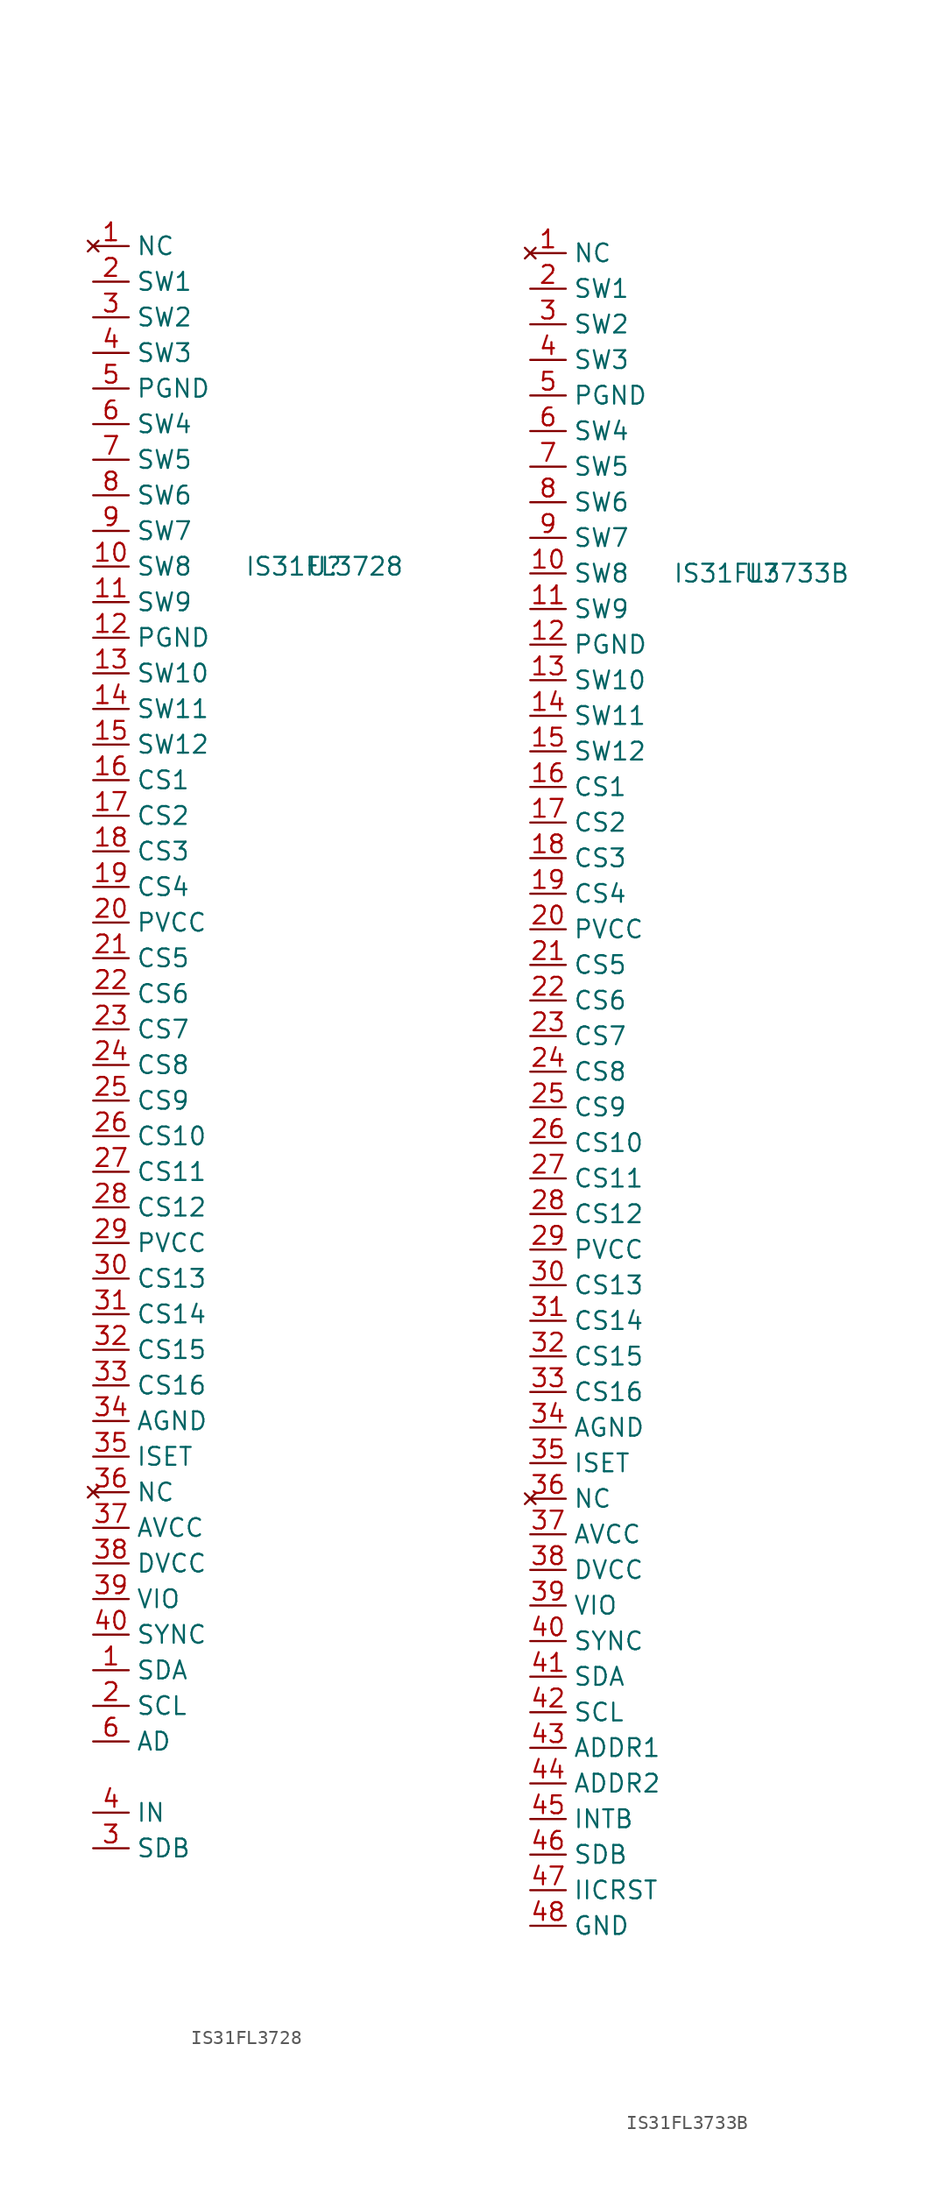
<source format=kicad_sym>
(kicad_symbol_lib
  (version 20210619)
  (generator kicad_symbol_editor)
  (symbol "JBC_Lumissil:IS31FL3728"
    (property "Reference" "U"
      (at 0 0 0)
      (effects (font (size 1.27 1.27))))
    (property "Value" "IS31FL3728"
      (at 0 0 0)
      (effects (font (size 1.27 1.27))))
    (symbol "IS31FL3728_1_1"
      (pin no_connect line (at -16.51 22.86 0) (length 2.54) (name "NC" (effects (font (size 1.27 1.27)))) (number "1" (effects (font (size 1.27 1.27)))))
      (pin input line (at -16.51 -78.74 0) (length 2.54) (name "SDA" (effects (font (size 1.27 1.27)))) (number "1" (effects (font (size 1.27 1.27)))))
      (pin output line (at -16.51 0 0) (length 2.54) (name "SW8" (effects (font (size 1.27 1.27)))) (number "10" (effects (font (size 1.27 1.27)))))
      (pin output line (at -16.51 -2.54 0) (length 2.54) (name "SW9" (effects (font (size 1.27 1.27)))) (number "11" (effects (font (size 1.27 1.27)))))
      (pin power_in line (at -16.51 -5.08 0) (length 2.54) (name "PGND" (effects (font (size 1.27 1.27)))) (number "12" (effects (font (size 1.27 1.27)))))
      (pin output line (at -16.51 -7.62 0) (length 2.54) (name "SW10" (effects (font (size 1.27 1.27)))) (number "13" (effects (font (size 1.27 1.27)))))
      (pin output line (at -16.51 -10.16 0) (length 2.54) (name "SW11" (effects (font (size 1.27 1.27)))) (number "14" (effects (font (size 1.27 1.27)))))
      (pin output line (at -16.51 -12.7 0) (length 2.54) (name "SW12" (effects (font (size 1.27 1.27)))) (number "15" (effects (font (size 1.27 1.27)))))
      (pin output line (at -16.51 -15.24 0) (length 2.54) (name "CS1" (effects (font (size 1.27 1.27)))) (number "16" (effects (font (size 1.27 1.27)))))
      (pin output line (at -16.51 -17.78 0) (length 2.54) (name "CS2" (effects (font (size 1.27 1.27)))) (number "17" (effects (font (size 1.27 1.27)))))
      (pin output line (at -16.51 -20.32 0) (length 2.54) (name "CS3" (effects (font (size 1.27 1.27)))) (number "18" (effects (font (size 1.27 1.27)))))
      (pin output line (at -16.51 -22.86 0) (length 2.54) (name "CS4" (effects (font (size 1.27 1.27)))) (number "19" (effects (font (size 1.27 1.27)))))
      (pin input line (at -16.51 -81.28 0) (length 2.54) (name "SCL" (effects (font (size 1.27 1.27)))) (number "2" (effects (font (size 1.27 1.27)))))
      (pin output line (at -16.51 20.32 0) (length 2.54) (name "SW1" (effects (font (size 1.27 1.27)))) (number "2" (effects (font (size 1.27 1.27)))))
      (pin power_in line (at -16.51 -25.4 0) (length 2.54) (name "PVCC" (effects (font (size 1.27 1.27)))) (number "20" (effects (font (size 1.27 1.27)))))
      (pin output line (at -16.51 -27.94 0) (length 2.54) (name "CS5" (effects (font (size 1.27 1.27)))) (number "21" (effects (font (size 1.27 1.27)))))
      (pin output line (at -16.51 -30.48 0) (length 2.54) (name "CS6" (effects (font (size 1.27 1.27)))) (number "22" (effects (font (size 1.27 1.27)))))
      (pin output line (at -16.51 -33.02 0) (length 2.54) (name "CS7" (effects (font (size 1.27 1.27)))) (number "23" (effects (font (size 1.27 1.27)))))
      (pin output line (at -16.51 -35.56 0) (length 2.54) (name "CS8" (effects (font (size 1.27 1.27)))) (number "24" (effects (font (size 1.27 1.27)))))
      (pin output line (at -16.51 -38.1 0) (length 2.54) (name "CS9" (effects (font (size 1.27 1.27)))) (number "25" (effects (font (size 1.27 1.27)))))
      (pin output line (at -16.51 -40.64 0) (length 2.54) (name "CS10" (effects (font (size 1.27 1.27)))) (number "26" (effects (font (size 1.27 1.27)))))
      (pin output line (at -16.51 -43.18 0) (length 2.54) (name "CS11" (effects (font (size 1.27 1.27)))) (number "27" (effects (font (size 1.27 1.27)))))
      (pin output line (at -16.51 -45.72 0) (length 2.54) (name "CS12" (effects (font (size 1.27 1.27)))) (number "28" (effects (font (size 1.27 1.27)))))
      (pin power_in line (at -16.51 -48.26 0) (length 2.54) (name "PVCC" (effects (font (size 1.27 1.27)))) (number "29" (effects (font (size 1.27 1.27)))))
      (pin input line (at -16.51 -91.44 0) (length 2.54) (name "SDB" (effects (font (size 1.27 1.27)))) (number "3" (effects (font (size 1.27 1.27)))))
      (pin output line (at -16.51 17.78 0) (length 2.54) (name "SW2" (effects (font (size 1.27 1.27)))) (number "3" (effects (font (size 1.27 1.27)))))
      (pin output line (at -16.51 -50.8 0) (length 2.54) (name "CS13" (effects (font (size 1.27 1.27)))) (number "30" (effects (font (size 1.27 1.27)))))
      (pin output line (at -16.51 -53.34 0) (length 2.54) (name "CS14" (effects (font (size 1.27 1.27)))) (number "31" (effects (font (size 1.27 1.27)))))
      (pin output line (at -16.51 -55.88 0) (length 2.54) (name "CS15" (effects (font (size 1.27 1.27)))) (number "32" (effects (font (size 1.27 1.27)))))
      (pin output line (at -16.51 -58.42 0) (length 2.54) (name "CS16" (effects (font (size 1.27 1.27)))) (number "33" (effects (font (size 1.27 1.27)))))
      (pin power_in line (at -16.51 -60.96 0) (length 2.54) (name "AGND" (effects (font (size 1.27 1.27)))) (number "34" (effects (font (size 1.27 1.27)))))
      (pin input line (at -16.51 -63.5 0) (length 2.54) (name "ISET" (effects (font (size 1.27 1.27)))) (number "35" (effects (font (size 1.27 1.27)))))
      (pin no_connect line (at -16.51 -66.04 0) (length 2.54) (name "NC" (effects (font (size 1.27 1.27)))) (number "36" (effects (font (size 1.27 1.27)))))
      (pin power_in line (at -16.51 -68.58 0) (length 2.54) (name "AVCC" (effects (font (size 1.27 1.27)))) (number "37" (effects (font (size 1.27 1.27)))))
      (pin power_in line (at -16.51 -71.12 0) (length 2.54) (name "DVCC" (effects (font (size 1.27 1.27)))) (number "38" (effects (font (size 1.27 1.27)))))
      (pin power_in line (at -16.51 -73.66 0) (length 2.54) (name "VIO" (effects (font (size 1.27 1.27)))) (number "39" (effects (font (size 1.27 1.27)))))
      (pin input line (at -16.51 -88.9 0) (length 2.54) (name "IN" (effects (font (size 1.27 1.27)))) (number "4" (effects (font (size 1.27 1.27)))))
      (pin output line (at -16.51 15.24 0) (length 2.54) (name "SW3" (effects (font (size 1.27 1.27)))) (number "4" (effects (font (size 1.27 1.27)))))
      (pin bidirectional line (at -16.51 -76.2 0) (length 2.54) (name "SYNC" (effects (font (size 1.27 1.27)))) (number "40" (effects (font (size 1.27 1.27)))))
      (pin power_in line (at -16.51 12.7 0) (length 2.54) (name "PGND" (effects (font (size 1.27 1.27)))) (number "5" (effects (font (size 1.27 1.27)))))
      (pin input line (at -16.51 -83.82 0) (length 2.54) (name "AD" (effects (font (size 1.27 1.27)))) (number "6" (effects (font (size 1.27 1.27)))))
      (pin output line (at -16.51 10.16 0) (length 2.54) (name "SW4" (effects (font (size 1.27 1.27)))) (number "6" (effects (font (size 1.27 1.27)))))
      (pin output line (at -16.51 7.62 0) (length 2.54) (name "SW5" (effects (font (size 1.27 1.27)))) (number "7" (effects (font (size 1.27 1.27)))))
      (pin output line (at -16.51 5.08 0) (length 2.54) (name "SW6" (effects (font (size 1.27 1.27)))) (number "8" (effects (font (size 1.27 1.27)))))
      (pin output line (at -16.51 2.54 0) (length 2.54) (name "SW7" (effects (font (size 1.27 1.27)))) (number "9" (effects (font (size 1.27 1.27)))))))
  (symbol "JBC_Lumissil:IS31FL3733B"
    (property "Reference" "U"
      (at 0 0 0)
      (effects (font (size 1.27 1.27))))
    (property "Value" "IS31FL3733B"
      (at 0 0 0)
      (effects (font (size 1.27 1.27))))
    (symbol "IS31FL3733B_1_1"
      (pin no_connect line (at -16.51 22.86 0) (length 2.54) (name "NC" (effects (font (size 1.27 1.27)))) (number "1" (effects (font (size 1.27 1.27)))))
      (pin output line (at -16.51 0 0) (length 2.54) (name "SW8" (effects (font (size 1.27 1.27)))) (number "10" (effects (font (size 1.27 1.27)))))
      (pin output line (at -16.51 -2.54 0) (length 2.54) (name "SW9" (effects (font (size 1.27 1.27)))) (number "11" (effects (font (size 1.27 1.27)))))
      (pin power_in line (at -16.51 -5.08 0) (length 2.54) (name "PGND" (effects (font (size 1.27 1.27)))) (number "12" (effects (font (size 1.27 1.27)))))
      (pin output line (at -16.51 -7.62 0) (length 2.54) (name "SW10" (effects (font (size 1.27 1.27)))) (number "13" (effects (font (size 1.27 1.27)))))
      (pin output line (at -16.51 -10.16 0) (length 2.54) (name "SW11" (effects (font (size 1.27 1.27)))) (number "14" (effects (font (size 1.27 1.27)))))
      (pin output line (at -16.51 -12.7 0) (length 2.54) (name "SW12" (effects (font (size 1.27 1.27)))) (number "15" (effects (font (size 1.27 1.27)))))
      (pin output line (at -16.51 -15.24 0) (length 2.54) (name "CS1" (effects (font (size 1.27 1.27)))) (number "16" (effects (font (size 1.27 1.27)))))
      (pin output line (at -16.51 -17.78 0) (length 2.54) (name "CS2" (effects (font (size 1.27 1.27)))) (number "17" (effects (font (size 1.27 1.27)))))
      (pin output line (at -16.51 -20.32 0) (length 2.54) (name "CS3" (effects (font (size 1.27 1.27)))) (number "18" (effects (font (size 1.27 1.27)))))
      (pin output line (at -16.51 -22.86 0) (length 2.54) (name "CS4" (effects (font (size 1.27 1.27)))) (number "19" (effects (font (size 1.27 1.27)))))
      (pin output line (at -16.51 20.32 0) (length 2.54) (name "SW1" (effects (font (size 1.27 1.27)))) (number "2" (effects (font (size 1.27 1.27)))))
      (pin power_in line (at -16.51 -25.4 0) (length 2.54) (name "PVCC" (effects (font (size 1.27 1.27)))) (number "20" (effects (font (size 1.27 1.27)))))
      (pin output line (at -16.51 -27.94 0) (length 2.54) (name "CS5" (effects (font (size 1.27 1.27)))) (number "21" (effects (font (size 1.27 1.27)))))
      (pin output line (at -16.51 -30.48 0) (length 2.54) (name "CS6" (effects (font (size 1.27 1.27)))) (number "22" (effects (font (size 1.27 1.27)))))
      (pin output line (at -16.51 -33.02 0) (length 2.54) (name "CS7" (effects (font (size 1.27 1.27)))) (number "23" (effects (font (size 1.27 1.27)))))
      (pin output line (at -16.51 -35.56 0) (length 2.54) (name "CS8" (effects (font (size 1.27 1.27)))) (number "24" (effects (font (size 1.27 1.27)))))
      (pin output line (at -16.51 -38.1 0) (length 2.54) (name "CS9" (effects (font (size 1.27 1.27)))) (number "25" (effects (font (size 1.27 1.27)))))
      (pin output line (at -16.51 -40.64 0) (length 2.54) (name "CS10" (effects (font (size 1.27 1.27)))) (number "26" (effects (font (size 1.27 1.27)))))
      (pin output line (at -16.51 -43.18 0) (length 2.54) (name "CS11" (effects (font (size 1.27 1.27)))) (number "27" (effects (font (size 1.27 1.27)))))
      (pin output line (at -16.51 -45.72 0) (length 2.54) (name "CS12" (effects (font (size 1.27 1.27)))) (number "28" (effects (font (size 1.27 1.27)))))
      (pin power_in line (at -16.51 -48.26 0) (length 2.54) (name "PVCC" (effects (font (size 1.27 1.27)))) (number "29" (effects (font (size 1.27 1.27)))))
      (pin output line (at -16.51 17.78 0) (length 2.54) (name "SW2" (effects (font (size 1.27 1.27)))) (number "3" (effects (font (size 1.27 1.27)))))
      (pin output line (at -16.51 -50.8 0) (length 2.54) (name "CS13" (effects (font (size 1.27 1.27)))) (number "30" (effects (font (size 1.27 1.27)))))
      (pin output line (at -16.51 -53.34 0) (length 2.54) (name "CS14" (effects (font (size 1.27 1.27)))) (number "31" (effects (font (size 1.27 1.27)))))
      (pin output line (at -16.51 -55.88 0) (length 2.54) (name "CS15" (effects (font (size 1.27 1.27)))) (number "32" (effects (font (size 1.27 1.27)))))
      (pin output line (at -16.51 -58.42 0) (length 2.54) (name "CS16" (effects (font (size 1.27 1.27)))) (number "33" (effects (font (size 1.27 1.27)))))
      (pin power_in line (at -16.51 -60.96 0) (length 2.54) (name "AGND" (effects (font (size 1.27 1.27)))) (number "34" (effects (font (size 1.27 1.27)))))
      (pin input line (at -16.51 -63.5 0) (length 2.54) (name "ISET" (effects (font (size 1.27 1.27)))) (number "35" (effects (font (size 1.27 1.27)))))
      (pin no_connect line (at -16.51 -66.04 0) (length 2.54) (name "NC" (effects (font (size 1.27 1.27)))) (number "36" (effects (font (size 1.27 1.27)))))
      (pin power_in line (at -16.51 -68.58 0) (length 2.54) (name "AVCC" (effects (font (size 1.27 1.27)))) (number "37" (effects (font (size 1.27 1.27)))))
      (pin power_in line (at -16.51 -71.12 0) (length 2.54) (name "DVCC" (effects (font (size 1.27 1.27)))) (number "38" (effects (font (size 1.27 1.27)))))
      (pin power_in line (at -16.51 -73.66 0) (length 2.54) (name "VIO" (effects (font (size 1.27 1.27)))) (number "39" (effects (font (size 1.27 1.27)))))
      (pin output line (at -16.51 15.24 0) (length 2.54) (name "SW3" (effects (font (size 1.27 1.27)))) (number "4" (effects (font (size 1.27 1.27)))))
      (pin bidirectional line (at -16.51 -76.2 0) (length 2.54) (name "SYNC" (effects (font (size 1.27 1.27)))) (number "40" (effects (font (size 1.27 1.27)))))
      (pin input line (at -16.51 -78.74 0) (length 2.54) (name "SDA" (effects (font (size 1.27 1.27)))) (number "41" (effects (font (size 1.27 1.27)))))
      (pin input line (at -16.51 -81.28 0) (length 2.54) (name "SCL" (effects (font (size 1.27 1.27)))) (number "42" (effects (font (size 1.27 1.27)))))
      (pin input line (at -16.51 -83.82 0) (length 2.54) (name "ADDR1" (effects (font (size 1.27 1.27)))) (number "43" (effects (font (size 1.27 1.27)))))
      (pin input line (at -16.51 -86.36 0) (length 2.54) (name "ADDR2" (effects (font (size 1.27 1.27)))) (number "44" (effects (font (size 1.27 1.27)))))
      (pin input line (at -16.51 -88.9 0) (length 2.54) (name "INTB" (effects (font (size 1.27 1.27)))) (number "45" (effects (font (size 1.27 1.27)))))
      (pin input line (at -16.51 -91.44 0) (length 2.54) (name "SDB" (effects (font (size 1.27 1.27)))) (number "46" (effects (font (size 1.27 1.27)))))
      (pin input line (at -16.51 -93.98 0) (length 2.54) (name "IICRST" (effects (font (size 1.27 1.27)))) (number "47" (effects (font (size 1.27 1.27)))))
      (pin power_in line (at -16.51 -96.52 0) (length 2.54) (name "GND" (effects (font (size 1.27 1.27)))) (number "48" (effects (font (size 1.27 1.27)))))
      (pin power_in line (at -16.51 12.7 0) (length 2.54) (name "PGND" (effects (font (size 1.27 1.27)))) (number "5" (effects (font (size 1.27 1.27)))))
      (pin output line (at -16.51 10.16 0) (length 2.54) (name "SW4" (effects (font (size 1.27 1.27)))) (number "6" (effects (font (size 1.27 1.27)))))
      (pin output line (at -16.51 7.62 0) (length 2.54) (name "SW5" (effects (font (size 1.27 1.27)))) (number "7" (effects (font (size 1.27 1.27)))))
      (pin output line (at -16.51 5.08 0) (length 2.54) (name "SW6" (effects (font (size 1.27 1.27)))) (number "8" (effects (font (size 1.27 1.27)))))
      (pin output line (at -16.51 2.54 0) (length 2.54) (name "SW7" (effects (font (size 1.27 1.27)))) (number "9" (effects (font (size 1.27 1.27))))))))
</source>
